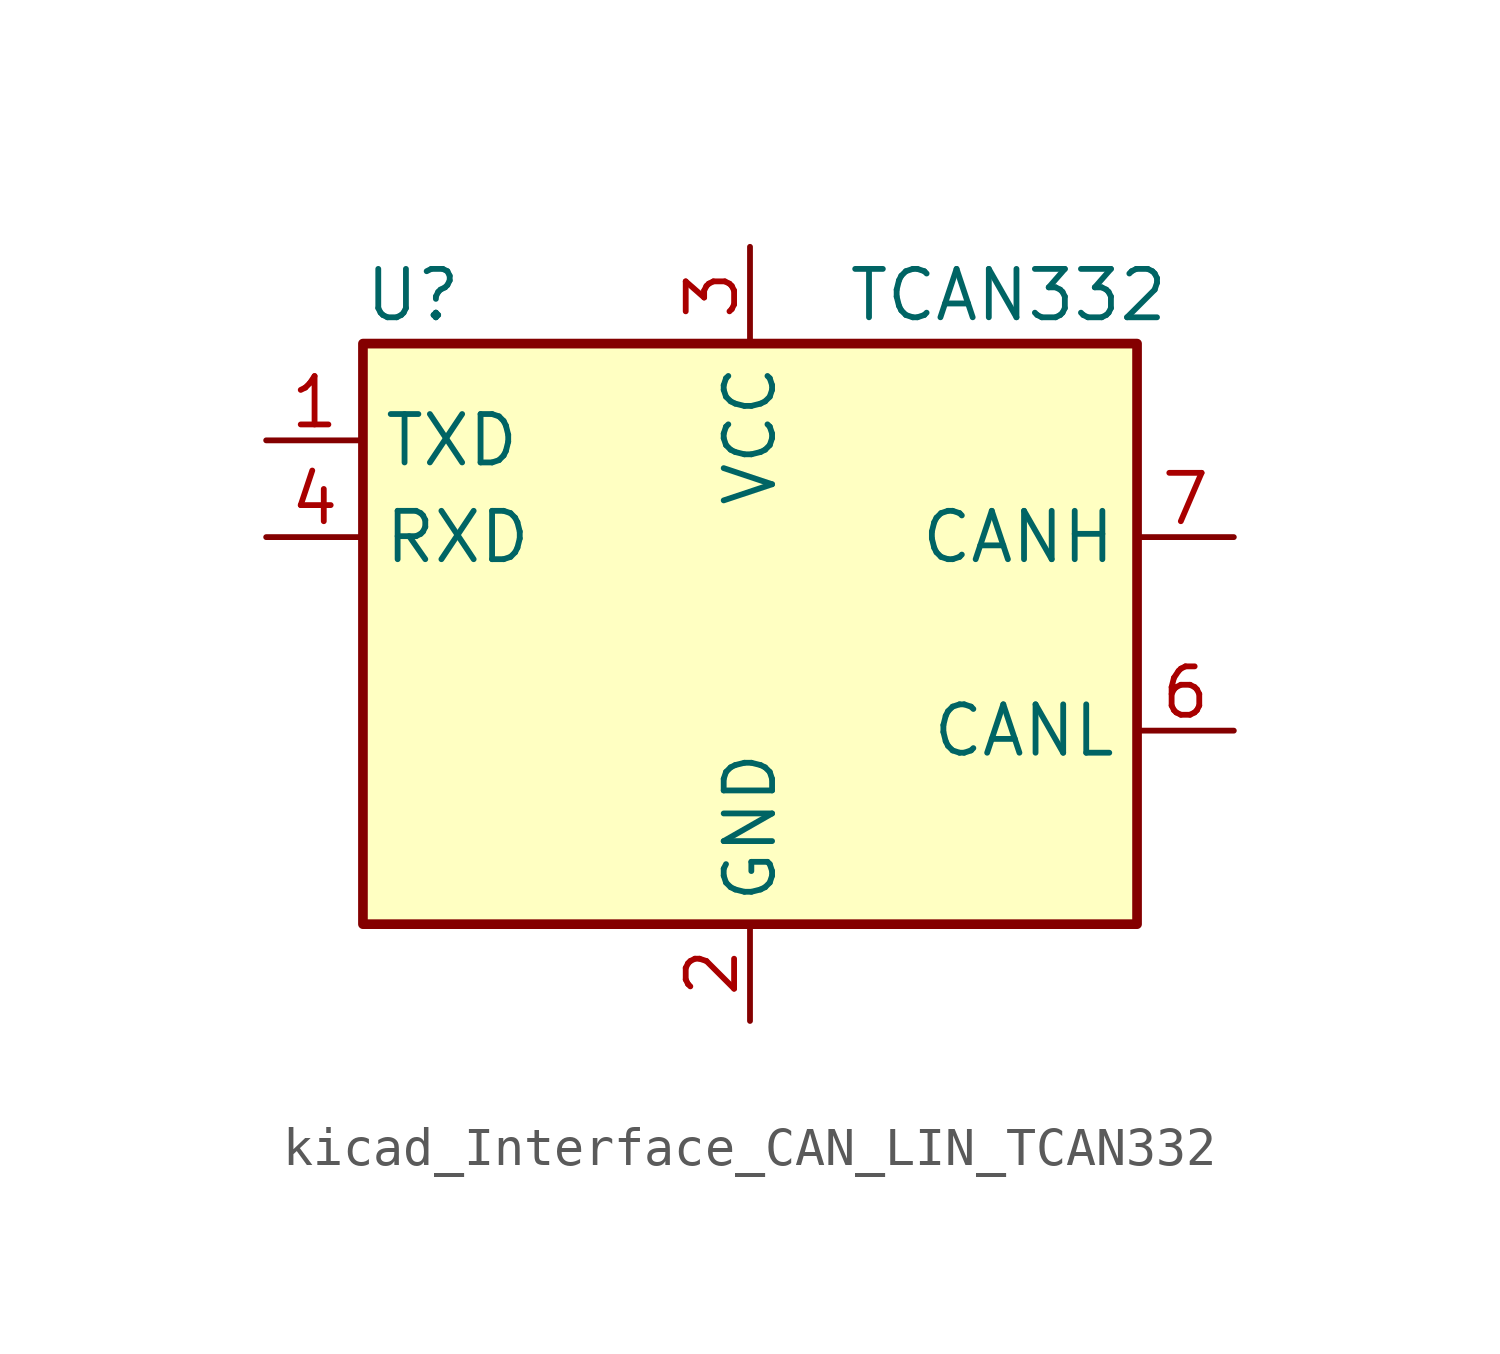
<source format=kicad_sym>
(kicad_symbol_lib
  (version 20220914)
  (generator kicad_symbol_editor)
  (symbol "kicad_Interface_CAN_LIN_TCAN332"
    (property "Reference" "U"
      (at -10.16 8.89 0)
      (effects (font (size 1.27 1.27)) (justify left)))
    (property "Value" "TCAN332"
      (at 2.54 8.89 0)
      (effects (font (size 1.27 1.27)) (justify left)))
    (symbol "kicad_Interface_CAN_LIN_TCAN332_0_1"
      (rectangle (start -10.16 7.62) (end 10.16 -7.62) (stroke (width 0.254) (type default)) (fill (type background))))
    (symbol "kicad_Interface_CAN_LIN_TCAN332_1_1"
      (pin input line (at -12.7 5.08 0) (length 2.54) (name "TXD" (effects (font (size 1.27 1.27)))) (number "1" (effects (font (size 1.27 1.27)))))
      (pin power_in line (at 0 -10.16 90) (length 2.54) (name "GND" (effects (font (size 1.27 1.27)))) (number "2" (effects (font (size 1.27 1.27)))))
      (pin power_in line (at 0 10.16 270) (length 2.54) (name "VCC" (effects (font (size 1.27 1.27)))) (number "3" (effects (font (size 1.27 1.27)))))
      (pin tri_state line (at -12.7 2.54 0) (length 2.54) (name "RXD" (effects (font (size 1.27 1.27)))) (number "4" (effects (font (size 1.27 1.27)))))
      (pin no_connect line (at -10.16 -2.54 0) (length 2.54) hide (name "NC" (effects (font (size 1.27 1.27)))) (number "5" (effects (font (size 1.27 1.27)))))
      (pin bidirectional line (at 12.7 -2.54 180) (length 2.54) (name "CANL" (effects (font (size 1.27 1.27)))) (number "6" (effects (font (size 1.27 1.27)))))
      (pin bidirectional line (at 12.7 2.54 180) (length 2.54) (name "CANH" (effects (font (size 1.27 1.27)))) (number "7" (effects (font (size 1.27 1.27)))))
      (pin no_connect line (at -10.16 -5.08 0) (length 2.54) hide (name "NC" (effects (font (size 1.27 1.27)))) (number "8" (effects (font (size 1.27 1.27))))))))
</source>
